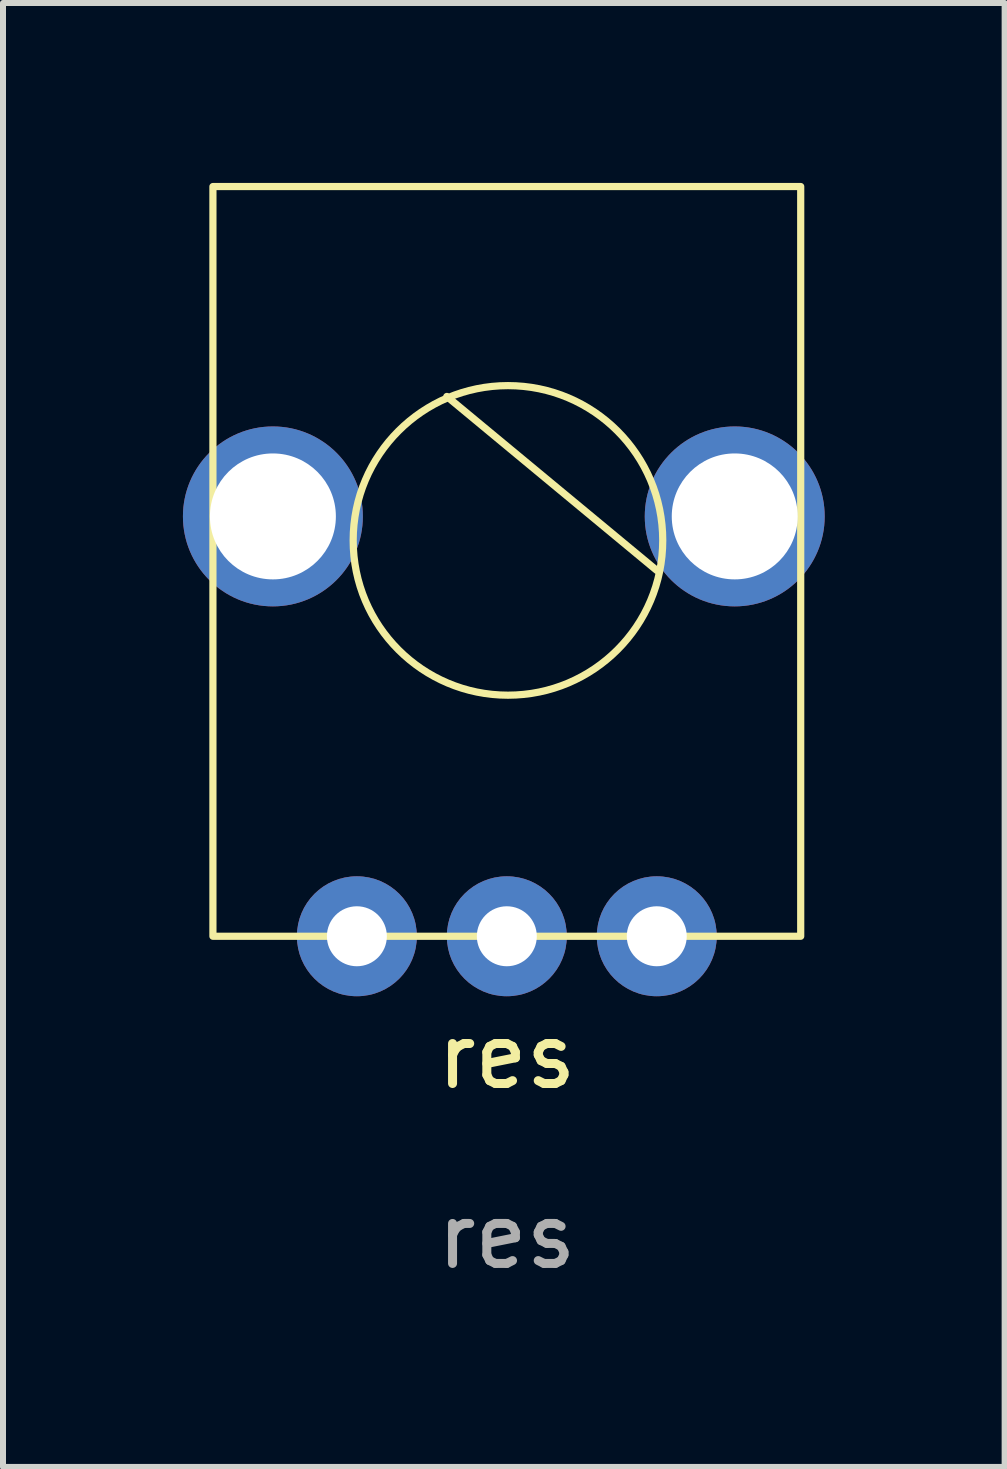
<source format=kicad_pcb>
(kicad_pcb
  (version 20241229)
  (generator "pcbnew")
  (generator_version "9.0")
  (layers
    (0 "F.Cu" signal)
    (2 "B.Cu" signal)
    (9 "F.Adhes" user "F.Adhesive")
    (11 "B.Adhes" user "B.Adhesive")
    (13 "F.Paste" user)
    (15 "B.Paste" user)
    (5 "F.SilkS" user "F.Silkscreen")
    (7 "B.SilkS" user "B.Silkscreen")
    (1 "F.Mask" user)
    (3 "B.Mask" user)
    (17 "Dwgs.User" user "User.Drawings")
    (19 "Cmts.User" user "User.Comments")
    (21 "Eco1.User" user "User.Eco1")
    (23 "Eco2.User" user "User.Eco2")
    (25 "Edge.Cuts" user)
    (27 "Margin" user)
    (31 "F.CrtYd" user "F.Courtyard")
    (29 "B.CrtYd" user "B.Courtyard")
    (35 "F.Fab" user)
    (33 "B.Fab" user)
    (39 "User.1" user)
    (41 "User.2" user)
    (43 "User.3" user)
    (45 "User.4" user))
  (footprint "res"
    (layer "F.Cu")
    (at 5.4 15.06)
    (property "Reference" "res" (at 0 -0.5 0) (unlocked yes) (layer "F.SilkS") (effects (font (size 1 1) (thickness 0.15))))
    (attr through_hole)
    (fp_line (start -1 -11.5) (end 2.5 -8.6) (stroke (width 0.12) (type solid)) (layer "F.SilkS"))
    (fp_rect (start -4.9 -2.5) (end 4.9 -15) (stroke (width 0.12) (type solid)) (fill no) (layer "F.SilkS"))
    (fp_circle (center 0.019 -9.1) (end 2.119 -7.6) (stroke (width 0.12) (type solid)) (fill no) (layer "F.SilkS"))
    (fp_text user "${REFERENCE}" (at 0 2.5 0) (unlocked yes) (layer "F.Fab") (effects (font (size 1 1) (thickness 0.15))))
    (pad "1" thru_hole circle (at -2.5 -2.5) (size 2 2) (drill 1) (layers "*.Cu" "*.Mask"))
    (pad "2" thru_hole circle (at 0 -2.5) (size 2 2) (drill 1) (layers "*.Cu" "*.Mask"))
    (pad "3" thru_hole circle (at 2.5 -2.5) (size 2 2) (drill 1) (layers "*.Cu" "*.Mask"))
    (pad "4" thru_hole circle (at 3.8 -9.5) (size 3 3) (drill 2.1) (layers "*.Cu" "*.Mask"))
    (pad "5" thru_hole circle (at -3.9 -9.5) (size 3 3) (drill 2.1) (layers "*.Cu" "*.Mask")))
  (gr_rect
    (start -3 -3)
    (end 13.7 21.408)
    (stroke (width 0.1) (type default))
    (fill no)
    (layer "Edge.Cuts")))
</source>
